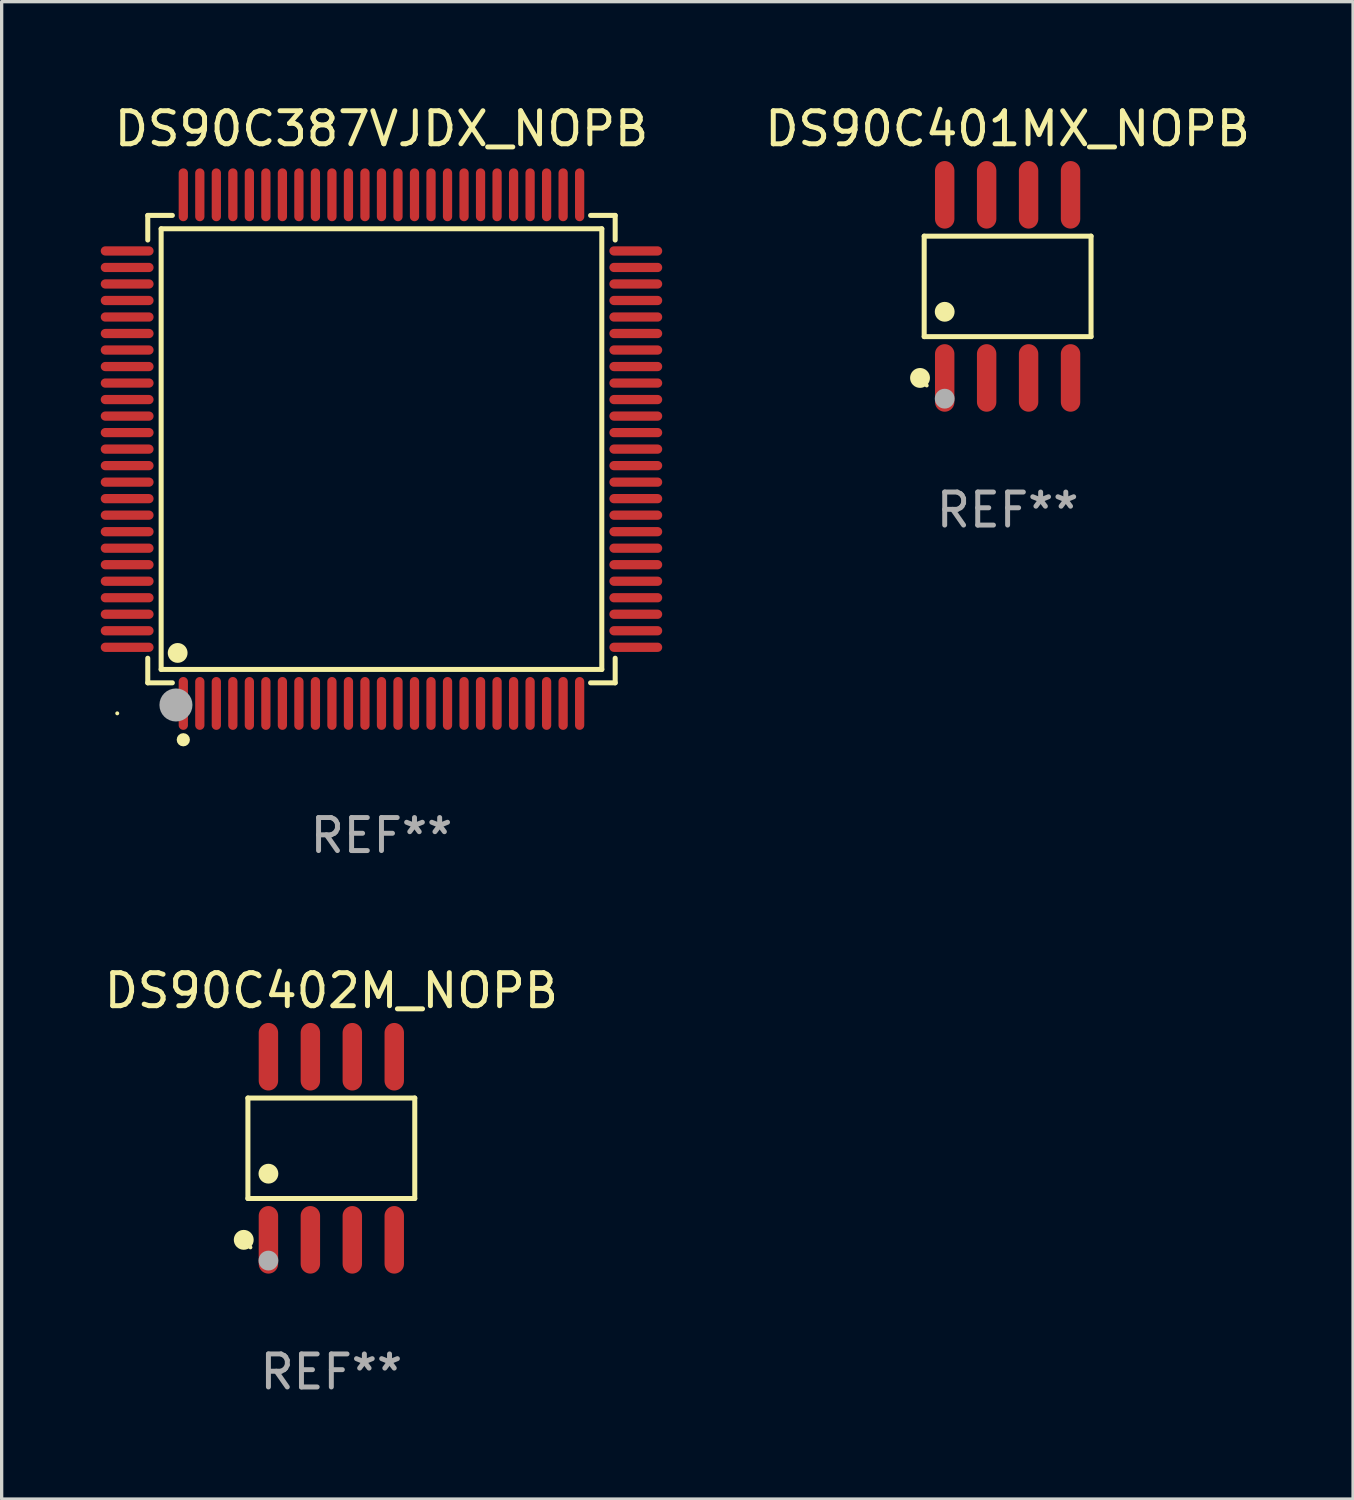
<source format=kicad_pcb>
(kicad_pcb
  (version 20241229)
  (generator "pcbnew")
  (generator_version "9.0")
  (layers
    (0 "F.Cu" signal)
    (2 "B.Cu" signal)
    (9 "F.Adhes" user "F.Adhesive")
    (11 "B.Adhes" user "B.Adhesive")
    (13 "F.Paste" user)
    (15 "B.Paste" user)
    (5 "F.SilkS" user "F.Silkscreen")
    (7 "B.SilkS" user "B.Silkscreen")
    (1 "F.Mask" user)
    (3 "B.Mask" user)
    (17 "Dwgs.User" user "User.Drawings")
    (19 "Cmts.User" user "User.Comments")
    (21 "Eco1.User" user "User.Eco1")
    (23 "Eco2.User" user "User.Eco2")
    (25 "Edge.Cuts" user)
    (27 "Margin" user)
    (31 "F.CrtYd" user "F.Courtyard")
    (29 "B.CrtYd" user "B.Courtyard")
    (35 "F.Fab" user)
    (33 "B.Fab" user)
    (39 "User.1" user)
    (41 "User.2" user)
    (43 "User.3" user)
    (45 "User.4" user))
  (footprint "DS90C401MX_NOPB"
    (layer "F.Cu")
    (at 27.458 5.621)
    (property "Reference" "DS90C401MX_NOPB" (at 0 -4.772 0) (layer "F.SilkS") (effects (font (size 1 1) (thickness 0.15))))
    (attr through_hole)
    (fp_line (start -2.526 -1.521) (end 2.526 -1.521) (stroke (width 0.152) (type solid)) (layer "F.SilkS"))
    (fp_line (start -2.526 1.521) (end -2.526 -1.521) (stroke (width 0.152) (type solid)) (layer "F.SilkS"))
    (fp_line (start 2.526 -1.521) (end 2.526 1.521) (stroke (width 0.152) (type solid)) (layer "F.SilkS"))
    (fp_line (start 2.526 1.521) (end -2.526 1.521) (stroke (width 0.152) (type solid)) (layer "F.SilkS"))
    (fp_circle (center -2.652 2.772) (end -2.501 2.772) (stroke (width 0.3) (type solid)) (fill no) (layer "F.SilkS"))
    (fp_circle (center -2.45 3) (end -2.42 3) (stroke (width 0.06) (type solid)) (fill no) (layer "F.SilkS"))
    (fp_circle (center -1.905 0.769) (end -1.755 0.769) (stroke (width 0.3) (type solid)) (fill no) (layer "F.SilkS"))
    (fp_circle (center -1.905 3.4) (end -1.755 3.4) (stroke (width 0.3) (type solid)) (fill no) (layer "F.Fab"))
    (fp_text user "REF**" (at 0 6.772 0) (layer "F.Fab") (effects (font (size 1 1) (thickness 0.15))))
    (pad "1" smd oval (at -1.905 2.772) (size 0.588 2.045) (layers "F.Cu" "F.Mask" "F.Paste"))
    (pad "2" smd oval (at -0.635 2.772) (size 0.588 2.045) (layers "F.Cu" "F.Mask" "F.Paste"))
    (pad "3" smd oval (at 0.635 2.772) (size 0.588 2.045) (layers "F.Cu" "F.Mask" "F.Paste"))
    (pad "4" smd oval (at 1.905 2.772) (size 0.588 2.045) (layers "F.Cu" "F.Mask" "F.Paste"))
    (pad "5" smd oval (at 1.905 -2.772) (size 0.588 2.045) (layers "F.Cu" "F.Mask" "F.Paste"))
    (pad "6" smd oval (at 0.635 -2.772) (size 0.588 2.045) (layers "F.Cu" "F.Mask" "F.Paste"))
    (pad "7" smd oval (at -0.635 -2.772) (size 0.588 2.045) (layers "F.Cu" "F.Mask" "F.Paste"))
    (pad "8" smd oval (at -1.905 -2.772) (size 0.588 2.045) (layers "F.Cu" "F.Mask" "F.Paste")))
  (footprint "DS90C402M_NOPB"
    (layer "F.Cu")
    (at 6.982 31.717)
    (property "Reference" "DS90C402M_NOPB" (at 0 -4.772 0) (layer "F.SilkS") (effects (font (size 1 1) (thickness 0.15))))
    (attr through_hole)
    (fp_line (start -2.526 -1.521) (end 2.526 -1.521) (stroke (width 0.152) (type solid)) (layer "F.SilkS"))
    (fp_line (start -2.526 1.521) (end -2.526 -1.521) (stroke (width 0.152) (type solid)) (layer "F.SilkS"))
    (fp_line (start 2.526 -1.521) (end 2.526 1.521) (stroke (width 0.152) (type solid)) (layer "F.SilkS"))
    (fp_line (start 2.526 1.521) (end -2.526 1.521) (stroke (width 0.152) (type solid)) (layer "F.SilkS"))
    (fp_circle (center -2.652 2.772) (end -2.501 2.772) (stroke (width 0.3) (type solid)) (fill no) (layer "F.SilkS"))
    (fp_circle (center -2.45 3) (end -2.42 3) (stroke (width 0.06) (type solid)) (fill no) (layer "F.SilkS"))
    (fp_circle (center -1.905 0.769) (end -1.755 0.769) (stroke (width 0.3) (type solid)) (fill no) (layer "F.SilkS"))
    (fp_circle (center -1.905 3.4) (end -1.755 3.4) (stroke (width 0.3) (type solid)) (fill no) (layer "F.Fab"))
    (fp_text user "REF**" (at 0 6.772 0) (layer "F.Fab") (effects (font (size 1 1) (thickness 0.15))))
    (pad "1" smd oval (at -1.905 2.772) (size 0.588 2.045) (layers "F.Cu" "F.Mask" "F.Paste"))
    (pad "2" smd oval (at -0.635 2.772) (size 0.588 2.045) (layers "F.Cu" "F.Mask" "F.Paste"))
    (pad "3" smd oval (at 0.635 2.772) (size 0.588 2.045) (layers "F.Cu" "F.Mask" "F.Paste"))
    (pad "4" smd oval (at 1.905 2.772) (size 0.588 2.045) (layers "F.Cu" "F.Mask" "F.Paste"))
    (pad "5" smd oval (at 1.905 -2.772) (size 0.588 2.045) (layers "F.Cu" "F.Mask" "F.Paste"))
    (pad "6" smd oval (at 0.635 -2.772) (size 0.588 2.045) (layers "F.Cu" "F.Mask" "F.Paste"))
    (pad "7" smd oval (at -0.635 -2.772) (size 0.588 2.045) (layers "F.Cu" "F.Mask" "F.Paste"))
    (pad "8" smd oval (at -1.905 -2.772) (size 0.588 2.045) (layers "F.Cu" "F.Mask" "F.Paste")))
  (footprint "DS90C387VJDX_NOPB"
    (layer "F.Cu")
    (at 8.5 10.548)
    (property "Reference" "DS90C387VJDX_NOPB" (at 0 -9.7 0) (layer "F.SilkS") (effects (font (size 1 1) (thickness 0.15))))
    (attr through_hole)
    (fp_line (start -7.076 -7.076) (end -6.331 -7.076) (stroke (width 0.152) (type solid)) (layer "F.SilkS"))
    (fp_line (start -7.076 -6.331) (end -7.076 -7.076) (stroke (width 0.152) (type solid)) (layer "F.SilkS"))
    (fp_line (start -7.076 6.331) (end -7.076 7.076) (stroke (width 0.152) (type solid)) (layer "F.SilkS"))
    (fp_line (start -7.076 7.076) (end -6.331 7.076) (stroke (width 0.152) (type solid)) (layer "F.SilkS"))
    (fp_line (start -6.671 -6.671) (end 6.671 -6.671) (stroke (width 0.152) (type solid)) (layer "F.SilkS"))
    (fp_line (start -6.671 6.671) (end -6.671 -6.671) (stroke (width 0.152) (type solid)) (layer "F.SilkS"))
    (fp_line (start 6.671 -6.671) (end 6.671 6.671) (stroke (width 0.152) (type solid)) (layer "F.SilkS"))
    (fp_line (start 6.671 6.671) (end -6.671 6.671) (stroke (width 0.152) (type solid)) (layer "F.SilkS"))
    (fp_line (start 7.076 -7.076) (end 6.331 -7.076) (stroke (width 0.152) (type solid)) (layer "F.SilkS"))
    (fp_line (start 7.076 -6.331) (end 7.076 -7.076) (stroke (width 0.152) (type solid)) (layer "F.SilkS"))
    (fp_line (start 7.076 6.331) (end 7.076 7.076) (stroke (width 0.152) (type solid)) (layer "F.SilkS"))
    (fp_line (start 7.076 7.076) (end 6.331 7.076) (stroke (width 0.152) (type solid)) (layer "F.SilkS"))
    (fp_circle (center -8 8) (end -7.97 8) (stroke (width 0.06) (type solid)) (fill no) (layer "F.SilkS"))
    (fp_circle (center -6.171 6.171) (end -6.021 6.171) (stroke (width 0.3) (type solid)) (fill no) (layer "F.SilkS"))
    (fp_circle (center -6 8.8) (end -5.9 8.8) (stroke (width 0.2) (type solid)) (fill no) (layer "F.SilkS"))
    (fp_circle (center -6.223 7.747) (end -5.973 7.747) (stroke (width 0.5) (type solid)) (fill no) (layer "F.Fab"))
    (fp_text user "REF**" (at 0 11.7 0) (layer "F.Fab") (effects (font (size 1 1) (thickness 0.15))))
    (pad "1" smd oval (at -6 7.7) (size 0.28 1.6) (layers "F.Cu" "F.Mask" "F.Paste"))
    (pad "2" smd oval (at -5.5 7.7) (size 0.28 1.6) (layers "F.Cu" "F.Mask" "F.Paste"))
    (pad "3" smd oval (at -5 7.7) (size 0.28 1.6) (layers "F.Cu" "F.Mask" "F.Paste"))
    (pad "4" smd oval (at -4.5 7.7) (size 0.28 1.6) (layers "F.Cu" "F.Mask" "F.Paste"))
    (pad "5" smd oval (at -4 7.7) (size 0.28 1.6) (layers "F.Cu" "F.Mask" "F.Paste"))
    (pad "6" smd oval (at -3.5 7.7) (size 0.28 1.6) (layers "F.Cu" "F.Mask" "F.Paste"))
    (pad "7" smd oval (at -3 7.7) (size 0.28 1.6) (layers "F.Cu" "F.Mask" "F.Paste"))
    (pad "8" smd oval (at -2.5 7.7) (size 0.28 1.6) (layers "F.Cu" "F.Mask" "F.Paste"))
    (pad "9" smd oval (at -2 7.7) (size 0.28 1.6) (layers "F.Cu" "F.Mask" "F.Paste"))
    (pad "10" smd oval (at -1.5 7.7) (size 0.28 1.6) (layers "F.Cu" "F.Mask" "F.Paste"))
    (pad "11" smd oval (at -1 7.7) (size 0.28 1.6) (layers "F.Cu" "F.Mask" "F.Paste"))
    (pad "12" smd oval (at -0.5 7.7) (size 0.28 1.6) (layers "F.Cu" "F.Mask" "F.Paste"))
    (pad "13" smd oval (at 0 7.7) (size 0.28 1.6) (layers "F.Cu" "F.Mask" "F.Paste"))
    (pad "14" smd oval (at 0.5 7.7) (size 0.28 1.6) (layers "F.Cu" "F.Mask" "F.Paste"))
    (pad "15" smd oval (at 1 7.7) (size 0.28 1.6) (layers "F.Cu" "F.Mask" "F.Paste"))
    (pad "16" smd oval (at 1.5 7.7) (size 0.28 1.6) (layers "F.Cu" "F.Mask" "F.Paste"))
    (pad "17" smd oval (at 2 7.7) (size 0.28 1.6) (layers "F.Cu" "F.Mask" "F.Paste"))
    (pad "18" smd oval (at 2.5 7.7) (size 0.28 1.6) (layers "F.Cu" "F.Mask" "F.Paste"))
    (pad "19" smd oval (at 3 7.7) (size 0.28 1.6) (layers "F.Cu" "F.Mask" "F.Paste"))
    (pad "20" smd oval (at 3.5 7.7) (size 0.28 1.6) (layers "F.Cu" "F.Mask" "F.Paste"))
    (pad "21" smd oval (at 4 7.7) (size 0.28 1.6) (layers "F.Cu" "F.Mask" "F.Paste"))
    (pad "22" smd oval (at 4.5 7.7) (size 0.28 1.6) (layers "F.Cu" "F.Mask" "F.Paste"))
    (pad "23" smd oval (at 5 7.7) (size 0.28 1.6) (layers "F.Cu" "F.Mask" "F.Paste"))
    (pad "24" smd oval (at 5.5 7.7) (size 0.28 1.6) (layers "F.Cu" "F.Mask" "F.Paste"))
    (pad "25" smd oval (at 6 7.7) (size 0.28 1.6) (layers "F.Cu" "F.Mask" "F.Paste"))
    (pad "26" smd oval (at 7.7 6) (size 1.6 0.28) (layers "F.Cu" "F.Mask" "F.Paste"))
    (pad "27" smd oval (at 7.7 5.5) (size 1.6 0.28) (layers "F.Cu" "F.Mask" "F.Paste"))
    (pad "28" smd oval (at 7.7 5) (size 1.6 0.28) (layers "F.Cu" "F.Mask" "F.Paste"))
    (pad "29" smd oval (at 7.7 4.5) (size 1.6 0.28) (layers "F.Cu" "F.Mask" "F.Paste"))
    (pad "30" smd oval (at 7.7 4) (size 1.6 0.28) (layers "F.Cu" "F.Mask" "F.Paste"))
    (pad "31" smd oval (at 7.7 3.5) (size 1.6 0.28) (layers "F.Cu" "F.Mask" "F.Paste"))
    (pad "32" smd oval (at 7.7 3) (size 1.6 0.28) (layers "F.Cu" "F.Mask" "F.Paste"))
    (pad "33" smd oval (at 7.7 2.5) (size 1.6 0.28) (layers "F.Cu" "F.Mask" "F.Paste"))
    (pad "34" smd oval (at 7.7 2) (size 1.6 0.28) (layers "F.Cu" "F.Mask" "F.Paste"))
    (pad "35" smd oval (at 7.7 1.5) (size 1.6 0.28) (layers "F.Cu" "F.Mask" "F.Paste"))
    (pad "36" smd oval (at 7.7 1) (size 1.6 0.28) (layers "F.Cu" "F.Mask" "F.Paste"))
    (pad "37" smd oval (at 7.7 0.5) (size 1.6 0.28) (layers "F.Cu" "F.Mask" "F.Paste"))
    (pad "38" smd oval (at 7.7 0) (size 1.6 0.28) (layers "F.Cu" "F.Mask" "F.Paste"))
    (pad "39" smd oval (at 7.7 -0.5) (size 1.6 0.28) (layers "F.Cu" "F.Mask" "F.Paste"))
    (pad "40" smd oval (at 7.7 -1) (size 1.6 0.28) (layers "F.Cu" "F.Mask" "F.Paste"))
    (pad "41" smd oval (at 7.7 -1.5) (size 1.6 0.28) (layers "F.Cu" "F.Mask" "F.Paste"))
    (pad "42" smd oval (at 7.7 -2) (size 1.6 0.28) (layers "F.Cu" "F.Mask" "F.Paste"))
    (pad "43" smd oval (at 7.7 -2.5) (size 1.6 0.28) (layers "F.Cu" "F.Mask" "F.Paste"))
    (pad "44" smd oval (at 7.7 -3) (size 1.6 0.28) (layers "F.Cu" "F.Mask" "F.Paste"))
    (pad "45" smd oval (at 7.7 -3.5) (size 1.6 0.28) (layers "F.Cu" "F.Mask" "F.Paste"))
    (pad "46" smd oval (at 7.7 -4) (size 1.6 0.28) (layers "F.Cu" "F.Mask" "F.Paste"))
    (pad "47" smd oval (at 7.7 -4.5) (size 1.6 0.28) (layers "F.Cu" "F.Mask" "F.Paste"))
    (pad "48" smd oval (at 7.7 -5) (size 1.6 0.28) (layers "F.Cu" "F.Mask" "F.Paste"))
    (pad "49" smd oval (at 7.7 -5.5) (size 1.6 0.28) (layers "F.Cu" "F.Mask" "F.Paste"))
    (pad "50" smd oval (at 7.7 -6) (size 1.6 0.28) (layers "F.Cu" "F.Mask" "F.Paste"))
    (pad "51" smd oval (at 6 -7.7) (size 0.28 1.6) (layers "F.Cu" "F.Mask" "F.Paste"))
    (pad "52" smd oval (at 5.5 -7.7) (size 0.28 1.6) (layers "F.Cu" "F.Mask" "F.Paste"))
    (pad "53" smd oval (at 5 -7.7) (size 0.28 1.6) (layers "F.Cu" "F.Mask" "F.Paste"))
    (pad "54" smd oval (at 4.5 -7.7) (size 0.28 1.6) (layers "F.Cu" "F.Mask" "F.Paste"))
    (pad "55" smd oval (at 4 -7.7) (size 0.28 1.6) (layers "F.Cu" "F.Mask" "F.Paste"))
    (pad "56" smd oval (at 3.5 -7.7) (size 0.28 1.6) (layers "F.Cu" "F.Mask" "F.Paste"))
    (pad "57" smd oval (at 3 -7.7) (size 0.28 1.6) (layers "F.Cu" "F.Mask" "F.Paste"))
    (pad "58" smd oval (at 2.5 -7.7) (size 0.28 1.6) (layers "F.Cu" "F.Mask" "F.Paste"))
    (pad "59" smd oval (at 2 -7.7) (size 0.28 1.6) (layers "F.Cu" "F.Mask" "F.Paste"))
    (pad "60" smd oval (at 1.5 -7.7) (size 0.28 1.6) (layers "F.Cu" "F.Mask" "F.Paste"))
    (pad "61" smd oval (at 1 -7.7) (size 0.28 1.6) (layers "F.Cu" "F.Mask" "F.Paste"))
    (pad "62" smd oval (at 0.5 -7.7) (size 0.28 1.6) (layers "F.Cu" "F.Mask" "F.Paste"))
    (pad "63" smd oval (at 0 -7.7) (size 0.28 1.6) (layers "F.Cu" "F.Mask" "F.Paste"))
    (pad "64" smd oval (at -0.5 -7.7) (size 0.28 1.6) (layers "F.Cu" "F.Mask" "F.Paste"))
    (pad "65" smd oval (at -1 -7.7) (size 0.28 1.6) (layers "F.Cu" "F.Mask" "F.Paste"))
    (pad "66" smd oval (at -1.5 -7.7) (size 0.28 1.6) (layers "F.Cu" "F.Mask" "F.Paste"))
    (pad "67" smd oval (at -2 -7.7) (size 0.28 1.6) (layers "F.Cu" "F.Mask" "F.Paste"))
    (pad "68" smd oval (at -2.5 -7.7) (size 0.28 1.6) (layers "F.Cu" "F.Mask" "F.Paste"))
    (pad "69" smd oval (at -3 -7.7) (size 0.28 1.6) (layers "F.Cu" "F.Mask" "F.Paste"))
    (pad "70" smd oval (at -3.5 -7.7) (size 0.28 1.6) (layers "F.Cu" "F.Mask" "F.Paste"))
    (pad "71" smd oval (at -4 -7.7) (size 0.28 1.6) (layers "F.Cu" "F.Mask" "F.Paste"))
    (pad "72" smd oval (at -4.5 -7.7) (size 0.28 1.6) (layers "F.Cu" "F.Mask" "F.Paste"))
    (pad "73" smd oval (at -5 -7.7) (size 0.28 1.6) (layers "F.Cu" "F.Mask" "F.Paste"))
    (pad "74" smd oval (at -5.5 -7.7) (size 0.28 1.6) (layers "F.Cu" "F.Mask" "F.Paste"))
    (pad "75" smd oval (at -6 -7.7) (size 0.28 1.6) (layers "F.Cu" "F.Mask" "F.Paste"))
    (pad "76" smd oval (at -7.7 -6) (size 1.6 0.28) (layers "F.Cu" "F.Mask" "F.Paste"))
    (pad "77" smd oval (at -7.7 -5.5) (size 1.6 0.28) (layers "F.Cu" "F.Mask" "F.Paste"))
    (pad "78" smd oval (at -7.7 -5) (size 1.6 0.28) (layers "F.Cu" "F.Mask" "F.Paste"))
    (pad "79" smd oval (at -7.7 -4.5) (size 1.6 0.28) (layers "F.Cu" "F.Mask" "F.Paste"))
    (pad "80" smd oval (at -7.7 -4) (size 1.6 0.28) (layers "F.Cu" "F.Mask" "F.Paste"))
    (pad "81" smd oval (at -7.7 -3.5) (size 1.6 0.28) (layers "F.Cu" "F.Mask" "F.Paste"))
    (pad "82" smd oval (at -7.7 -3) (size 1.6 0.28) (layers "F.Cu" "F.Mask" "F.Paste"))
    (pad "83" smd oval (at -7.7 -2.5) (size 1.6 0.28) (layers "F.Cu" "F.Mask" "F.Paste"))
    (pad "84" smd oval (at -7.7 -2) (size 1.6 0.28) (layers "F.Cu" "F.Mask" "F.Paste"))
    (pad "85" smd oval (at -7.7 -1.5) (size 1.6 0.28) (layers "F.Cu" "F.Mask" "F.Paste"))
    (pad "86" smd oval (at -7.7 -1) (size 1.6 0.28) (layers "F.Cu" "F.Mask" "F.Paste"))
    (pad "87" smd oval (at -7.7 -0.5) (size 1.6 0.28) (layers "F.Cu" "F.Mask" "F.Paste"))
    (pad "88" smd oval (at -7.7 0) (size 1.6 0.28) (layers "F.Cu" "F.Mask" "F.Paste"))
    (pad "89" smd oval (at -7.7 0.5) (size 1.6 0.28) (layers "F.Cu" "F.Mask" "F.Paste"))
    (pad "90" smd oval (at -7.7 1) (size 1.6 0.28) (layers "F.Cu" "F.Mask" "F.Paste"))
    (pad "91" smd oval (at -7.7 1.5) (size 1.6 0.28) (layers "F.Cu" "F.Mask" "F.Paste"))
    (pad "92" smd oval (at -7.7 2) (size 1.6 0.28) (layers "F.Cu" "F.Mask" "F.Paste"))
    (pad "93" smd oval (at -7.7 2.5) (size 1.6 0.28) (layers "F.Cu" "F.Mask" "F.Paste"))
    (pad "94" smd oval (at -7.7 3) (size 1.6 0.28) (layers "F.Cu" "F.Mask" "F.Paste"))
    (pad "95" smd oval (at -7.7 3.5) (size 1.6 0.28) (layers "F.Cu" "F.Mask" "F.Paste"))
    (pad "96" smd oval (at -7.7 4) (size 1.6 0.28) (layers "F.Cu" "F.Mask" "F.Paste"))
    (pad "97" smd oval (at -7.7 4.5) (size 1.6 0.28) (layers "F.Cu" "F.Mask" "F.Paste"))
    (pad "98" smd oval (at -7.7 5) (size 1.6 0.28) (layers "F.Cu" "F.Mask" "F.Paste"))
    (pad "99" smd oval (at -7.7 5.5) (size 1.6 0.28) (layers "F.Cu" "F.Mask" "F.Paste"))
    (pad "100" smd oval (at -7.7 6) (size 1.6 0.28) (layers "F.Cu" "F.Mask" "F.Paste")))
  (gr_rect
    (start -3 -3)
    (end 37.917 42.338)
    (stroke (width 0.1) (type default))
    (fill no)
    (layer "Edge.Cuts")))
</source>
